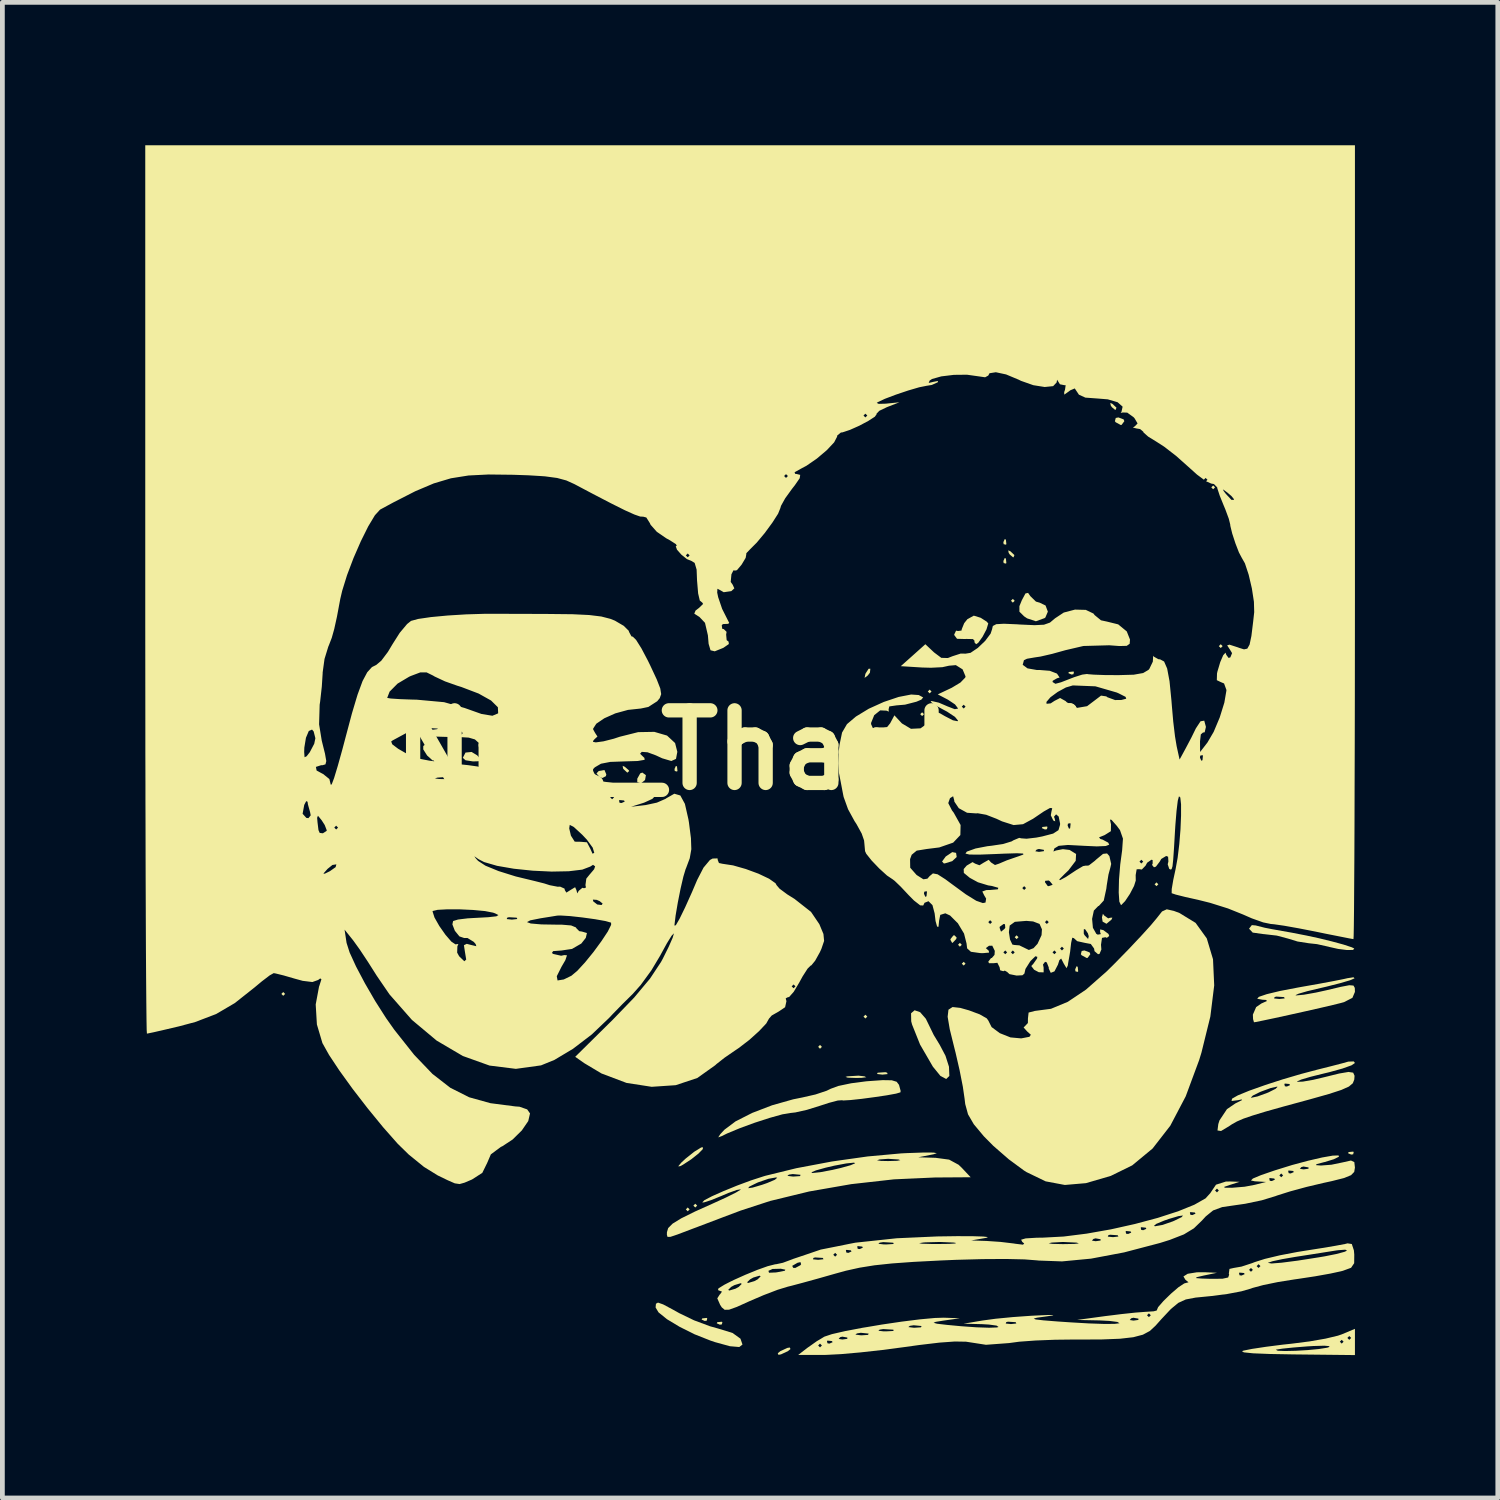
<source format=kicad_pcb>
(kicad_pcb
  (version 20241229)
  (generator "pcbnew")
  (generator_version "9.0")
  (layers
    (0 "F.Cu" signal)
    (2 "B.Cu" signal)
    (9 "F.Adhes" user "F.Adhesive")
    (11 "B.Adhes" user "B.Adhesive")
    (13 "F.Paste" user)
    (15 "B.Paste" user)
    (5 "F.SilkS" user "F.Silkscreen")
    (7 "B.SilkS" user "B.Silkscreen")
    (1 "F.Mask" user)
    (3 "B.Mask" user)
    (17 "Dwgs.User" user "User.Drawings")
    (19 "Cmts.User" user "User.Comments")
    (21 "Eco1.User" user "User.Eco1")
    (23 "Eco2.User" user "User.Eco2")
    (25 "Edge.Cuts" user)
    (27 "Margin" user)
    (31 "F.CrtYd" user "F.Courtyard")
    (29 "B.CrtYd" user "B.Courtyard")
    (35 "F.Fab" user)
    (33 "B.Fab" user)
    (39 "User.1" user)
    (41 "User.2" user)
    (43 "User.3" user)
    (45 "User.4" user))
  (footprint "Neil_Thanh_1"
    (layer "F.Cu")
    (at 12.7 12.7)
    (property "Reference" "Neil_Thanh_1" (at 0 0 0) (layer "F.SilkS") (effects (font (size 1.524 1.524) (thickness 0.3))))
    (attr board_only exclude_from_pos_files exclude_from_bom)
    (fp_poly (pts (xy -9.763 5.12) (xy -9.803 5.159) (xy -9.842 5.12) (xy -9.803 5.08)) (stroke (width 0) (type solid)) (fill yes) (layer "F.SilkS"))
    (fp_poly (pts (xy -7.064 -0.278) (xy -7.104 -0.238) (xy -7.144 -0.278) (xy -7.104 -0.318)) (stroke (width 0) (type solid)) (fill yes) (layer "F.SilkS"))
    (fp_poly (pts (xy -1.27 9.644) (xy -1.31 9.684) (xy -1.349 9.644) (xy -1.31 9.604)) (stroke (width 0) (type solid)) (fill yes) (layer "F.SilkS"))
    (fp_poly (pts (xy -1.111 9.565) (xy -1.151 9.604) (xy -1.191 9.565) (xy -1.151 9.525)) (stroke (width 0) (type solid)) (fill yes) (layer "F.SilkS"))
    (fp_poly (pts (xy 1.508 6.231) (xy 1.468 6.271) (xy 1.429 6.231) (xy 1.468 6.191)) (stroke (width 0) (type solid)) (fill yes) (layer "F.SilkS"))
    (fp_poly (pts (xy 2.461 5.596) (xy 2.421 5.636) (xy 2.381 5.596) (xy 2.421 5.556)) (stroke (width 0) (type solid)) (fill yes) (layer "F.SilkS"))
    (fp_poly (pts (xy 3.651 -0.754) (xy 3.612 -0.714) (xy 3.572 -0.754) (xy 3.612 -0.794)) (stroke (width 0) (type solid)) (fill yes) (layer "F.SilkS"))
    (fp_poly (pts (xy 3.81 -1.23) (xy 3.77 -1.191) (xy 3.731 -1.23) (xy 3.77 -1.27)) (stroke (width 0) (type solid)) (fill yes) (layer "F.SilkS"))
    (fp_poly (pts (xy 4.445 4.088) (xy 4.405 4.128) (xy 4.366 4.088) (xy 4.405 4.048)) (stroke (width 0) (type solid)) (fill yes) (layer "F.SilkS"))
    (fp_poly (pts (xy 4.524 4.485) (xy 4.485 4.524) (xy 4.445 4.485) (xy 4.485 4.445)) (stroke (width 0) (type solid)) (fill yes) (layer "F.SilkS"))
    (fp_poly (pts (xy 5.556 -3.135) (xy 5.517 -3.096) (xy 5.477 -3.135) (xy 5.517 -3.175)) (stroke (width 0) (type solid)) (fill yes) (layer "F.SilkS"))
    (fp_poly (pts (xy 5.636 3.929) (xy 5.596 3.969) (xy 5.556 3.929) (xy 5.596 3.889)) (stroke (width 0) (type solid)) (fill yes) (layer "F.SilkS"))
    (fp_poly (pts (xy 8.572 2.818) (xy 8.533 2.857) (xy 8.493 2.818) (xy 8.533 2.778)) (stroke (width 0) (type solid)) (fill yes) (layer "F.SilkS"))
    (fp_poly (pts (xy 9.763 -5.517) (xy 9.723 -5.477) (xy 9.684 -5.517) (xy 9.723 -5.556)) (stroke (width 0) (type solid)) (fill yes) (layer "F.SilkS"))
    (fp_poly (pts (xy 9.922 -2.183) (xy 9.882 -2.143) (xy 9.842 -2.183) (xy 9.882 -2.223)) (stroke (width 0) (type solid)) (fill yes) (layer "F.SilkS"))
    (fp_poly (pts (xy -1.535 0.344) (xy -1.525 0.438) (xy -1.535 0.45) (xy -1.582 0.439) (xy -1.587 0.397) (xy -1.558 0.332)) (stroke (width 0) (type solid)) (fill yes) (layer "F.SilkS"))
    (fp_poly (pts (xy -0.9 11.933) (xy -0.91 11.98) (xy -0.953 11.986) (xy -1.018 11.957) (xy -1.005 11.933) (xy -0.911 11.923)) (stroke (width 0) (type solid)) (fill yes) (layer "F.SilkS"))
    (fp_poly (pts (xy -0.582 12.012) (xy -0.593 12.059) (xy -0.635 12.065) (xy -0.7 12.036) (xy -0.688 12.012) (xy -0.594 12.003)) (stroke (width 0) (type solid)) (fill yes) (layer "F.SilkS"))
    (fp_poly (pts (xy 2.877 6.774) (xy 2.887 6.803) (xy 2.778 6.814) (xy 2.665 6.801) (xy 2.679 6.774) (xy 2.841 6.763)) (stroke (width 0) (type solid)) (fill yes) (layer "F.SilkS"))
    (fp_poly (pts (xy 5.371 -4.419) (xy 5.381 -4.324) (xy 5.371 -4.313) (xy 5.324 -4.324) (xy 5.318 -4.366) (xy 5.347 -4.431)) (stroke (width 0) (type solid)) (fill yes) (layer "F.SilkS"))
    (fp_poly (pts (xy 5.371 -4.022) (xy 5.381 -3.927) (xy 5.371 -3.916) (xy 5.324 -3.927) (xy 5.318 -3.969) (xy 5.347 -4.034)) (stroke (width 0) (type solid)) (fill yes) (layer "F.SilkS"))
    (fp_poly (pts (xy 6.244 1.614) (xy 6.233 1.661) (xy 6.191 1.667) (xy 6.126 1.638) (xy 6.138 1.614) (xy 6.233 1.604)) (stroke (width 0) (type solid)) (fill yes) (layer "F.SilkS"))
    (fp_poly (pts (xy 6.8 -1.64) (xy 6.789 -1.593) (xy 6.747 -1.587) (xy 6.682 -1.617) (xy 6.694 -1.64) (xy 6.788 -1.65)) (stroke (width 0) (type solid)) (fill yes) (layer "F.SilkS"))
    (fp_poly (pts (xy 6.879 4.551) (xy 6.889 4.645) (xy 6.879 4.657) (xy 6.832 4.646) (xy 6.826 4.604) (xy 6.855 4.538)) (stroke (width 0) (type solid)) (fill yes) (layer "F.SilkS"))
    (fp_poly (pts (xy 12.674 8.44) (xy 12.663 8.487) (xy 12.621 8.493) (xy 12.555 8.464) (xy 12.568 8.44) (xy 12.662 8.431)) (stroke (width 0) (type solid)) (fill yes) (layer "F.SilkS"))
    (fp_poly (pts (xy -3.019 0.51) (xy -3.028 0.548) (xy -3.106 0.587) (xy -3.164 0.563) (xy -3.226 0.489) (xy -3.178 0.439) (xy -3.058 0.418)) (stroke (width 0) (type solid)) (fill yes) (layer "F.SilkS"))
    (fp_poly (pts (xy -2.632 0.35) (xy -2.547 0.423) (xy -2.54 0.441) (xy -2.578 0.474) (xy -2.656 0.401) (xy -2.667 0.385) (xy -2.676 0.33)) (stroke (width 0) (type solid)) (fill yes) (layer "F.SilkS"))
    (fp_poly (pts (xy -2.188 0.527) (xy -2.206 0.629) (xy -2.29 0.697) (xy -2.369 0.674) (xy -2.369 0.6) (xy -2.306 0.488) (xy -2.262 0.472)) (stroke (width 0) (type solid)) (fill yes) (layer "F.SilkS"))
    (fp_poly (pts (xy 2.516 -1.625) (xy 2.47 -1.566) (xy 2.404 -1.516) (xy 2.42 -1.596) (xy 2.426 -1.611) (xy 2.489 -1.708) (xy 2.525 -1.709)) (stroke (width 0) (type solid)) (fill yes) (layer "F.SilkS"))
    (fp_poly (pts (xy 5.465 -4.175) (xy 5.55 -4.095) (xy 5.532 -4.049) (xy 5.521 -4.048) (xy 5.454 -4.105) (xy 5.43 -4.14) (xy 5.42 -4.194)) (stroke (width 0) (type solid)) (fill yes) (layer "F.SilkS"))
    (fp_poly (pts (xy 7.608 -7.27) (xy 7.693 -7.19) (xy 7.675 -7.145) (xy 7.664 -7.144) (xy 7.597 -7.2) (xy 7.573 -7.235) (xy 7.563 -7.29)) (stroke (width 0) (type solid)) (fill yes) (layer "F.SilkS"))
    (fp_poly (pts (xy -6.686 -0.083) (xy -6.648 0.04) (xy -6.626 0.2) (xy -6.665 0.219) (xy -6.782 0.113) (xy -6.863 -0.015) (xy -6.862 -0.086) (xy -6.768 -0.157)) (stroke (width 0) (type solid)) (fill yes) (layer "F.SilkS"))
    (fp_poly (pts (xy -5.73 0.11) (xy -5.653 0.202) (xy -5.701 0.234) (xy -5.817 0.238) (xy -5.974 0.214) (xy -6.032 0.163) (xy -5.976 0.052) (xy -5.848 0.039)) (stroke (width 0) (type solid)) (fill yes) (layer "F.SilkS"))
    (fp_poly (pts (xy 0.848 12.576) (xy 0.794 12.621) (xy 0.649 12.688) (xy 0.595 12.698) (xy 0.581 12.665) (xy 0.635 12.621) (xy 0.78 12.553) (xy 0.833 12.544)) (stroke (width 0) (type solid)) (fill yes) (layer "F.SilkS"))
    (fp_poly (pts (xy 2.401 6.85) (xy 2.439 6.869) (xy 2.339 6.882) (xy 2.223 6.884) (xy 2.051 6.878) (xy 2.004 6.862) (xy 2.044 6.85) (xy 2.275 6.836)) (stroke (width 0) (type solid)) (fill yes) (layer "F.SilkS"))
    (fp_poly (pts (xy 4.325 2.158) (xy 4.338 2.245) (xy 4.244 2.332) (xy 4.09 2.379) (xy 4.068 2.38) (xy 4.031 2.339) (xy 4.108 2.234) (xy 4.245 2.142)) (stroke (width 0) (type solid)) (fill yes) (layer "F.SilkS"))
    (fp_poly (pts (xy 4.338 3.938) (xy 4.326 3.969) (xy 4.255 4.044) (xy 4.242 4.048) (xy 4.208 3.987) (xy 4.207 3.969) (xy 4.268 3.892) (xy 4.291 3.889)) (stroke (width 0) (type solid)) (fill yes) (layer "F.SilkS"))
    (fp_poly (pts (xy 7.129 4.248) (xy 7.144 4.286) (xy 7.087 4.363) (xy 7.069 4.366) (xy 6.962 4.308) (xy 6.945 4.286) (xy 6.963 4.218) (xy 7.02 4.207)) (stroke (width 0) (type solid)) (fill yes) (layer "F.SilkS"))
    (fp_poly (pts (xy 7.843 -6.944) (xy 7.858 -6.906) (xy 7.801 -6.829) (xy 7.783 -6.826) (xy 7.676 -6.884) (xy 7.66 -6.906) (xy 7.678 -6.974) (xy 7.734 -6.985)) (stroke (width 0) (type solid)) (fill yes) (layer "F.SilkS"))
    (fp_poly (pts (xy 7.435 3.473) (xy 7.519 3.533) (xy 7.56 3.52) (xy 7.607 3.518) (xy 7.588 3.56) (xy 7.483 3.647) (xy 7.402 3.602) (xy 7.388 3.512) (xy 7.408 3.437)) (stroke (width 0) (type solid)) (fill yes) (layer "F.SilkS"))
    (fp_poly (pts (xy -0.991 8.376) (xy -1.083 8.471) (xy -1.234 8.591) (xy -1.408 8.705) (xy -1.468 8.737) (xy -1.51 8.74) (xy -1.443 8.66) (xy -1.352 8.576) (xy -1.171 8.432) (xy -1.031 8.346) (xy -0.995 8.336)) (stroke (width 0) (type solid)) (fill yes) (layer "F.SilkS"))
    (fp_poly (pts (xy 5.884 -3.233) (xy 6.002 -3.118) (xy 6.079 -3.096) (xy 6.204 -3.036) (xy 6.252 -2.907) (xy 6.2 -2.784) (xy 6.183 -2.771) (xy 6.001 -2.705) (xy 5.817 -2.766) (xy 5.753 -2.809) (xy 5.655 -2.906) (xy 5.655 -3.022) (xy 5.705 -3.145) (xy 5.782 -3.289) (xy 5.837 -3.301)) (stroke (width 0) (type solid)) (fill yes) (layer "F.SilkS"))
    (fp_poly (pts (xy 3.57 5.503) (xy 3.69 5.641) (xy 3.736 5.735) (xy 3.855 5.98) (xy 3.983 6.191) (xy 4.103 6.419) (xy 4.176 6.648) (xy 4.184 6.842) (xy 4.118 6.906) (xy 3.997 6.842) (xy 3.838 6.647) (xy 3.838 6.647) (xy 3.569 6.183) (xy 3.401 5.763) (xy 3.383 5.695) (xy 3.38 5.526) (xy 3.454 5.463)) (stroke (width 0) (type solid)) (fill yes) (layer "F.SilkS"))
    (fp_poly (pts (xy -1.826 11.639) (xy -1.625 11.746) (xy -1.487 11.823) (xy -1.177 11.973) (xy -0.842 12.098) (xy -0.677 12.144) (xy -0.368 12.239) (xy -0.202 12.359) (xy -0.16 12.482) (xy -0.227 12.534) (xy -0.424 12.517) (xy -0.737 12.431) (xy -0.834 12.398) (xy -1.167 12.266) (xy -1.481 12.109) (xy -1.745 11.95) (xy -1.923 11.806) (xy -1.984 11.704) (xy -1.977 11.625) (xy -1.934 11.601)) (stroke (width 0) (type solid)) (fill yes) (layer "F.SilkS"))
    (fp_poly (pts (xy 4.84 -2.779) (xy 4.966 -2.699) (xy 5.001 -2.66) (xy 4.964 -2.536) (xy 4.881 -2.379) (xy 4.791 -2.254) (xy 4.745 -2.223) (xy 4.707 -2.27) (xy 4.716 -2.291) (xy 4.68 -2.331) (xy 4.534 -2.334) (xy 4.522 -2.332) (xy 4.345 -2.337) (xy 4.287 -2.415) (xy 4.286 -2.427) (xy 4.325 -2.508) (xy 4.366 -2.5) (xy 4.439 -2.51) (xy 4.445 -2.541) (xy 4.496 -2.666) (xy 4.562 -2.748) (xy 4.697 -2.823)) (stroke (width 0) (type solid)) (fill yes) (layer "F.SilkS"))
    (fp_poly (pts (xy 10.616 3.682) (xy 10.806 3.73) (xy 10.954 3.759) (xy 11.37 3.833) (xy 11.683 3.894) (xy 11.947 3.951) (xy 12.216 4.017) (xy 12.216 4.017) (xy 12.459 4.083) (xy 12.632 4.14) (xy 12.686 4.166) (xy 12.661 4.196) (xy 12.531 4.198) (xy 12.348 4.175) (xy 12.161 4.133) (xy 12.144 4.128) (xy 11.902 4.074) (xy 11.733 4.056) (xy 11.495 4.019) (xy 11.296 3.958) (xy 11.059 3.895) (xy 10.789 3.864) (xy 10.775 3.863) (xy 10.553 3.832) (xy 10.477 3.75) (xy 10.477 3.749) (xy 10.535 3.675)) (stroke (width 0) (type solid)) (fill yes) (layer "F.SilkS"))
    (fp_poly (pts (xy 2.975 6.933) (xy 3.077 6.964) (xy 3.126 7.028) (xy 3.128 7.034) (xy 3.161 7.156) (xy 3.157 7.186) (xy 3.066 7.213) (xy 2.869 7.249) (xy 2.611 7.287) (xy 2.342 7.323) (xy 2.109 7.348) (xy 1.958 7.357) (xy 1.929 7.352) (xy 1.841 7.358) (xy 1.652 7.408) (xy 1.465 7.469) (xy 1.192 7.554) (xy 0.951 7.608) (xy 0.845 7.62) (xy 0.678 7.648) (xy 0.413 7.722) (xy 0.098 7.824) (xy -0.216 7.939) (xy -0.483 8.05) (xy -0.595 8.105) (xy -0.669 8.132) (xy -0.627 8.066) (xy -0.539 7.971) (xy -0.304 7.795) (xy 0.045 7.618) (xy 0.462 7.458) (xy 0.904 7.333) (xy 1.097 7.294) (xy 1.373 7.231) (xy 1.607 7.153) (xy 1.693 7.111) (xy 1.854 7.052) (xy 2.121 6.996) (xy 2.436 6.955) (xy 2.471 6.952) (xy 2.784 6.93)) (stroke (width 0) (type solid)) (fill yes) (layer "F.SilkS"))
    (fp_poly (pts (xy 12.7 12.703) (xy 11.41 12.689) (xy 10.912 12.68) (xy 10.563 12.666) (xy 10.368 12.646) (xy 10.328 12.622) (xy 10.358 12.61) (xy 10.446 12.592) (xy 11.04 12.592) (xy 11.08 12.612) (xy 11.235 12.618) (xy 11.459 12.613) (xy 11.71 12.598) (xy 11.942 12.576) (xy 12.113 12.549) (xy 12.144 12.541) (xy 12.17 12.516) (xy 12.057 12.506) (xy 11.822 12.513) (xy 11.708 12.52) (xy 11.408 12.544) (xy 11.175 12.568) (xy 11.05 12.588) (xy 11.04 12.592) (xy 10.446 12.592) (xy 10.541 12.573) (xy 10.833 12.529) (xy 11.184 12.484) (xy 11.371 12.464) (xy 11.699 12.422) (xy 12.383 12.422) (xy 12.422 12.462) (xy 12.462 12.422) (xy 12.422 12.383) (xy 12.383 12.422) (xy 11.699 12.422) (xy 11.741 12.417) (xy 12.081 12.358) (xy 12.144 12.343) (xy 12.541 12.343) (xy 12.581 12.383) (xy 12.621 12.343) (xy 12.581 12.303) (xy 12.541 12.343) (xy 12.144 12.343) (xy 12.341 12.296) (xy 12.423 12.268) (xy 12.7 12.152)) (stroke (width 0) (type solid)) (fill yes) (layer "F.SilkS"))
    (fp_poly (pts (xy 12.692 4.792) (xy 12.597 4.833) (xy 12.386 4.895) (xy 12.098 4.968) (xy 11.977 4.996) (xy 11.701 5.062) (xy 11.517 5.115) (xy 11.451 5.146) (xy 11.47 5.151) (xy 11.63 5.136) (xy 11.883 5.091) (xy 12.105 5.042) (xy 12.404 4.971) (xy 12.582 4.937) (xy 12.669 4.944) (xy 12.697 4.993) (xy 12.7 5.077) (xy 12.647 5.202) (xy 12.471 5.292) (xy 12.402 5.311) (xy 12.233 5.353) (xy 11.971 5.414) (xy 11.654 5.486) (xy 11.321 5.56) (xy 11.01 5.628) (xy 10.759 5.681) (xy 10.607 5.711) (xy 10.58 5.715) (xy 10.561 5.648) (xy 10.557 5.554) (xy 10.626 5.396) (xy 10.735 5.321) (xy 10.855 5.267) (xy 10.83 5.246) (xy 10.755 5.241) (xy 10.648 5.221) (xy 10.653 5.215) (xy 11.003 5.215) (xy 11.113 5.226) (xy 11.225 5.214) (xy 11.212 5.186) (xy 11.049 5.176) (xy 11.013 5.186) (xy 11.003 5.215) (xy 10.653 5.215) (xy 10.683 5.181) (xy 10.847 5.125) (xy 11.126 5.058) (xy 11.506 4.985) (xy 11.589 4.97) (xy 11.94 4.908) (xy 12.251 4.85) (xy 12.476 4.805) (xy 12.541 4.79) (xy 12.67 4.77)) (stroke (width 0) (type solid)) (fill yes) (layer "F.SilkS"))
    (fp_poly (pts (xy 8.899 3.377) (xy 9.014 3.42) (xy 9.354 3.628) (xy 9.589 3.954) (xy 9.72 4.392) (xy 9.745 4.94) (xy 9.664 5.595) (xy 9.477 6.353) (xy 9.429 6.509) (xy 9.147 7.27) (xy 8.823 7.887) (xy 8.451 8.366) (xy 8.023 8.72) (xy 7.573 8.941) (xy 7.052 9.093) (xy 6.609 9.131) (xy 6.205 9.055) (xy 5.804 8.861) (xy 5.747 8.825) (xy 5.431 8.592) (xy 5.106 8.309) (xy 4.909 8.11) (xy 4.697 7.856) (xy 4.576 7.648) (xy 4.517 7.432) (xy 4.504 7.322) (xy 4.467 7.067) (xy 4.399 6.722) (xy 4.314 6.352) (xy 4.289 6.253) (xy 4.192 5.86) (xy 4.148 5.599) (xy 4.165 5.451) (xy 4.251 5.395) (xy 4.413 5.413) (xy 4.597 5.465) (xy 4.822 5.549) (xy 4.969 5.633) (xy 5.001 5.677) (xy 5.071 5.816) (xy 5.244 5.944) (xy 5.468 6.033) (xy 5.689 6.053) (xy 5.699 6.052) (xy 5.866 6.02) (xy 5.895 5.977) (xy 5.817 5.907) (xy 5.743 5.824) (xy 5.77 5.797) (xy 5.833 5.731) (xy 5.834 5.636) (xy 5.848 5.511) (xy 5.978 5.477) (xy 6.318 5.432) (xy 6.67 5.286) (xy 7.053 5.029) (xy 7.486 4.648) (xy 7.659 4.477) (xy 7.948 4.181) (xy 8.209 3.904) (xy 8.415 3.677) (xy 8.537 3.531) (xy 8.539 3.528) (xy 8.65 3.388) (xy 8.749 3.343)) (stroke (width 0) (type solid)) (fill yes) (layer "F.SilkS"))
    (fp_poly (pts (xy 12.7 6.57) (xy 12.628 6.619) (xy 12.437 6.687) (xy 12.162 6.763) (xy 12.053 6.789) (xy 11.771 6.859) (xy 11.571 6.918) (xy 11.486 6.957) (xy 11.49 6.965) (xy 11.606 6.961) (xy 11.825 6.923) (xy 12.049 6.87) (xy 12.369 6.791) (xy 12.565 6.758) (xy 12.663 6.773) (xy 12.692 6.838) (xy 12.686 6.918) (xy 12.655 6.996) (xy 12.573 7.065) (xy 12.414 7.136) (xy 12.153 7.221) (xy 11.766 7.33) (xy 11.708 7.346) (xy 11.201 7.484) (xy 10.823 7.59) (xy 10.551 7.673) (xy 10.358 7.739) (xy 10.222 7.798) (xy 10.117 7.857) (xy 10.065 7.892) (xy 9.889 7.998) (xy 9.814 7.987) (xy 9.831 7.853) (xy 9.856 7.775) (xy 10.013 7.539) (xy 10.189 7.419) (xy 10.327 7.35) (xy 10.323 7.335) (xy 10.239 7.352) (xy 10.109 7.368) (xy 10.12 7.319) (xy 10.16 7.296) (xy 10.515 7.296) (xy 10.528 7.299) (xy 10.656 7.272) (xy 10.853 7.2) (xy 10.885 7.187) (xy 11.034 7.112) (xy 11.075 7.071) (xy 11.062 7.067) (xy 10.934 7.095) (xy 10.737 7.167) (xy 10.705 7.18) (xy 10.556 7.254) (xy 10.515 7.296) (xy 10.16 7.296) (xy 10.241 7.25) (xy 10.48 7.152) (xy 10.804 7.037) (xy 10.882 7.011) (xy 11.218 7.011) (xy 11.229 7.059) (xy 11.271 7.064) (xy 11.337 7.035) (xy 11.324 7.011) (xy 11.23 7.002) (xy 11.218 7.011) (xy 10.882 7.011) (xy 11.179 6.915) (xy 11.57 6.8) (xy 11.906 6.711) (xy 12.193 6.639) (xy 12.432 6.577) (xy 12.561 6.541) (xy 12.676 6.537)) (stroke (width 0) (type solid)) (fill yes) (layer "F.SilkS"))
    (fp_poly (pts (xy 3.852 8.451) (xy 3.921 8.464) (xy 3.85 8.487) (xy 3.532 8.55) (xy 3.895 8.561) (xy 4.179 8.599) (xy 4.378 8.707) (xy 4.445 8.771) (xy 4.631 8.969) (xy 3.883 8.974) (xy 3.021 9.013) (xy 2.123 9.114) (xy 1.24 9.268) (xy 0.421 9.467) (xy -0.198 9.669) (xy -0.562 9.806) (xy -0.933 9.947) (xy -1.238 10.062) (xy -1.269 10.074) (xy -1.528 10.172) (xy -1.671 10.22) (xy -1.733 10.222) (xy -1.747 10.179) (xy -1.746 10.122) (xy -1.72 10.036) (xy -1.627 9.943) (xy -1.446 9.832) (xy -1.157 9.689) (xy -0.779 9.519) (xy -0.505 9.394) (xy -0.302 9.293) (xy -0.201 9.232) (xy -0.197 9.223) (xy -0.279 9.236) (xy -0.458 9.3) (xy -0.601 9.361) (xy -0.818 9.449) (xy -0.968 9.497) (xy -1.006 9.498) (xy -0.96 9.451) (xy -0.799 9.367) (xy -0.558 9.26) (xy -0.408 9.199) (xy -0.041 9.199) (xy 0.054 9.186) (xy 0.254 9.127) (xy 0.357 9.091) (xy 0.52 9.022) (xy 0.569 8.98) (xy 0.545 8.973) (xy 0.387 9.001) (xy 0.174 9.074) (xy 0.148 9.085) (xy -0.015 9.165) (xy -0.041 9.199) (xy -0.408 9.199) (xy -0.274 9.144) (xy 0.02 9.035) (xy 0.288 8.948) (xy 0.316 8.94) (xy 0.783 8.94) (xy 0.888 8.953) (xy 0.913 8.954) (xy 1.048 8.945) (xy 1.06 8.92) (xy 1.053 8.917) (xy 0.896 8.902) (xy 0.815 8.914) (xy 0.783 8.94) (xy 0.316 8.94) (xy 0.318 8.939) (xy 0.616 8.866) (xy 1.286 8.866) (xy 1.31 8.88) (xy 1.474 8.863) (xy 1.724 8.816) (xy 1.905 8.774) (xy 2.11 8.717) (xy 2.206 8.676) (xy 2.183 8.662) (xy 2.019 8.679) (xy 1.768 8.726) (xy 1.587 8.768) (xy 1.383 8.825) (xy 1.286 8.866) (xy 0.616 8.866) (xy 0.972 8.779) (xy 1.714 8.639) (xy 1.895 8.613) (xy 2.665 8.613) (xy 2.75 8.626) (xy 2.897 8.629) (xy 3.085 8.624) (xy 3.154 8.61) (xy 3.117 8.596) (xy 2.899 8.582) (xy 2.72 8.595) (xy 2.665 8.613) (xy 1.895 8.613) (xy 2.471 8.532) (xy 3.174 8.468) (xy 3.294 8.462) (xy 3.64 8.45)) (stroke (width 0) (type solid)) (fill yes) (layer "F.SilkS"))
    (fp_poly (pts (xy 12.634 10.371) (xy 12.678 10.504) (xy 12.686 10.593) (xy 12.684 10.774) (xy 12.619 10.87) (xy 12.447 10.933) (xy 12.405 10.944) (xy 12.183 10.992) (xy 11.864 11.049) (xy 11.509 11.103) (xy 11.43 11.114) (xy 11.086 11.169) (xy 10.775 11.233) (xy 10.551 11.293) (xy 10.514 11.307) (xy 10.317 11.364) (xy 10.021 11.42) (xy 9.687 11.463) (xy 9.649 11.467) (xy 9.354 11.496) (xy 9.149 11.535) (xy 8.991 11.607) (xy 8.835 11.736) (xy 8.638 11.946) (xy 8.513 12.086) (xy 8.395 12.196) (xy 8.248 12.275) (xy 8.046 12.328) (xy 7.766 12.36) (xy 7.379 12.375) (xy 6.861 12.377) (xy 6.826 12.376) (xy 6.401 12.381) (xy 5.994 12.397) (xy 5.652 12.422) (xy 5.437 12.451) (xy 4.953 12.487) (xy 4.715 12.45) (xy 4.534 12.422) (xy 4.298 12.418) (xy 3.979 12.441) (xy 3.549 12.492) (xy 3.24 12.535) (xy 2.776 12.596) (xy 2.316 12.647) (xy 1.908 12.683) (xy 1.599 12.699) (xy 1.55 12.7) (xy 1.01 12.7) (xy 1.2 12.553) (xy 1.273 12.502) (xy 1.429 12.502) (xy 1.468 12.541) (xy 1.508 12.502) (xy 1.468 12.462) (xy 1.429 12.502) (xy 1.273 12.502) (xy 1.401 12.411) (xy 1.405 12.409) (xy 1.614 12.409) (xy 1.625 12.456) (xy 1.667 12.462) (xy 1.732 12.433) (xy 1.72 12.409) (xy 1.626 12.399) (xy 1.614 12.409) (xy 1.405 12.409) (xy 1.481 12.364) (xy 1.86 12.364) (xy 1.938 12.376) (xy 2.041 12.362) (xy 2.042 12.335) (xy 1.936 12.316) (xy 1.89 12.328) (xy 1.86 12.364) (xy 1.481 12.364) (xy 1.56 12.316) (xy 1.689 12.273) (xy 2.211 12.273) (xy 2.317 12.287) (xy 2.342 12.288) (xy 2.477 12.279) (xy 2.489 12.254) (xy 2.482 12.251) (xy 2.324 12.235) (xy 2.244 12.248) (xy 2.211 12.273) (xy 1.689 12.273) (xy 1.719 12.263) (xy 1.998 12.199) (xy 2.037 12.192) (xy 2.694 12.192) (xy 2.804 12.205) (xy 2.857 12.205) (xy 3.002 12.197) (xy 3.019 12.176) (xy 2.996 12.169) (xy 2.795 12.157) (xy 2.719 12.169) (xy 2.694 12.192) (xy 2.037 12.192) (xy 2.36 12.13) (xy 2.454 12.115) (xy 3.323 12.115) (xy 3.428 12.128) (xy 3.453 12.129) (xy 3.588 12.12) (xy 3.6 12.095) (xy 3.593 12.092) (xy 3.436 12.077) (xy 3.355 12.089) (xy 3.323 12.115) (xy 2.454 12.115) (xy 2.767 12.062) (xy 3.181 12.001) (xy 3.564 11.953) (xy 3.879 11.924) (xy 4.067 11.918) (xy 4.405 11.93) (xy 4.048 11.981) (xy 3.898 12.005) (xy 3.853 12.025) (xy 3.926 12.045) (xy 4.132 12.069) (xy 4.43 12.097) (xy 4.756 12.12) (xy 5.02 12.129) (xy 5.184 12.123) (xy 5.217 12.113) (xy 5.175 12.084) (xy 5.014 12.062) (xy 4.875 12.054) (xy 4.485 12.044) (xy 4.499 12.041) (xy 5.368 12.041) (xy 5.477 12.052) (xy 5.59 12.04) (xy 5.576 12.012) (xy 5.414 12.002) (xy 5.378 12.012) (xy 5.368 12.041) (xy 4.499 12.041) (xy 4.882 11.977) (xy 5.156 11.94) (xy 5.518 11.905) (xy 5.896 11.878) (xy 5.953 11.875) (xy 6.238 11.862) (xy 6.368 11.862) (xy 6.344 11.873) (xy 6.191 11.895) (xy 6.024 11.918) (xy 5.955 11.937) (xy 5.996 11.955) (xy 6.161 11.974) (xy 6.462 11.998) (xy 6.731 12.016) (xy 7.109 12.038) (xy 7.427 12.049) (xy 7.653 12.048) (xy 7.755 12.035) (xy 7.756 12.034) (xy 7.712 12.007) (xy 7.546 11.986) (xy 7.336 11.975) (xy 6.94 11.967) (xy 7.972 11.967) (xy 8.05 11.979) (xy 8.153 11.965) (xy 8.154 11.938) (xy 8.048 11.919) (xy 8.002 11.931) (xy 7.972 11.967) (xy 6.94 11.967) (xy 6.866 11.965) (xy 7.461 11.884) (xy 7.601 11.867) (xy 8.334 11.867) (xy 8.374 11.906) (xy 8.414 11.867) (xy 8.374 11.827) (xy 8.334 11.867) (xy 7.601 11.867) (xy 7.791 11.843) (xy 8.092 11.811) (xy 8.302 11.795) (xy 8.308 11.795) (xy 8.474 11.784) (xy 8.539 11.767) (xy 8.538 11.766) (xy 8.567 11.697) (xy 8.68 11.567) (xy 8.836 11.415) (xy 8.994 11.279) (xy 9.115 11.199) (xy 9.143 11.191) (xy 9.206 11.175) (xy 9.141 11.122) (xy 9.099 11.052) (xy 9.188 10.996) (xy 9.38 10.965) (xy 9.551 10.964) (xy 9.803 10.975) (xy 9.525 11.033) (xy 9.38 11.067) (xy 9.36 11.086) (xy 9.476 11.096) (xy 9.672 11.102) (xy 9.919 11.1) (xy 10.038 11.074) (xy 10.059 11.015) (xy 10.052 10.993) (xy 10.054 10.98) (xy 10.266 10.98) (xy 10.277 11.027) (xy 10.319 11.033) (xy 10.384 11.004) (xy 10.372 10.98) (xy 10.277 10.971) (xy 10.266 10.98) (xy 10.054 10.98) (xy 10.063 10.914) (xy 10.477 10.914) (xy 10.517 10.954) (xy 10.557 10.914) (xy 10.517 10.874) (xy 10.477 10.914) (xy 10.063 10.914) (xy 10.065 10.894) (xy 10.153 10.874) (xy 10.319 10.845) (xy 10.349 10.835) (xy 10.636 10.835) (xy 10.676 10.874) (xy 10.716 10.835) (xy 10.676 10.795) (xy 10.636 10.835) (xy 10.349 10.835) (xy 10.545 10.771) (xy 10.554 10.767) (xy 10.874 10.767) (xy 10.949 10.78) (xy 11.163 10.763) (xy 11.498 10.72) (xy 11.938 10.651) (xy 12.058 10.631) (xy 12.304 10.582) (xy 12.481 10.535) (xy 12.534 10.51) (xy 12.498 10.49) (xy 12.349 10.501) (xy 12.303 10.507) (xy 12.082 10.542) (xy 11.772 10.591) (xy 11.45 10.641) (xy 11.172 10.689) (xy 10.968 10.733) (xy 10.876 10.764) (xy 10.874 10.767) (xy 10.554 10.767) (xy 10.598 10.75) (xy 10.81 10.683) (xy 11.125 10.608) (xy 11.491 10.538) (xy 11.659 10.511) (xy 12.001 10.457) (xy 12.292 10.408) (xy 12.49 10.371) (xy 12.545 10.357)) (stroke (width 0) (type solid)) (fill yes) (layer "F.SilkS"))
    (fp_poly (pts (xy 12.364 8.538) (xy 12.256 8.591) (xy 12.067 8.649) (xy 12.049 8.653) (xy 11.893 8.694) (xy 11.884 8.715) (xy 11.986 8.723) (xy 12.207 8.706) (xy 12.443 8.657) (xy 12.617 8.618) (xy 12.687 8.651) (xy 12.7 8.765) (xy 12.685 8.857) (xy 12.619 8.925) (xy 12.473 8.985) (xy 12.215 9.05) (xy 12.045 9.087) (xy 11.685 9.172) (xy 11.336 9.267) (xy 11.064 9.353) (xy 11.033 9.365) (xy 10.744 9.453) (xy 10.395 9.526) (xy 10.2 9.554) (xy 9.912 9.596) (xy 9.722 9.666) (xy 9.568 9.791) (xy 9.485 9.881) (xy 9.318 10.042) (xy 9.109 10.169) (xy 8.811 10.285) (xy 8.607 10.349) (xy 7.853 10.547) (xy 7.159 10.678) (xy 6.55 10.736) (xy 6.053 10.718) (xy 6.032 10.715) (xy 5.764 10.694) (xy 5.369 10.685) (xy 4.879 10.688) (xy 4.325 10.703) (xy 4.016 10.716) (xy 3.434 10.746) (xy 2.978 10.779) (xy 2.611 10.818) (xy 2.3 10.868) (xy 2.011 10.932) (xy 1.786 10.994) (xy 1.434 11.094) (xy 1.108 11.184) (xy 0.86 11.25) (xy 0.794 11.266) (xy 0.578 11.332) (xy 0.285 11.444) (xy -0.007 11.569) (xy -0.277 11.691) (xy -0.441 11.75) (xy -0.534 11.752) (xy -0.594 11.702) (xy -0.629 11.648) (xy -0.689 11.512) (xy -0.638 11.432) (xy -0.631 11.427) (xy -0.59 11.371) (xy -0.674 11.339) (xy -0.673 11.334) (xy -0.46 11.334) (xy -0.437 11.348) (xy -0.306 11.309) (xy -0.238 11.271) (xy -0.175 11.208) (xy -0.198 11.194) (xy -0.329 11.234) (xy -0.397 11.271) (xy -0.46 11.334) (xy -0.673 11.334) (xy -0.664 11.302) (xy -0.54 11.226) (xy -0.441 11.175) (xy -0.064 11.175) (xy -0.04 11.189) (xy 0.091 11.15) (xy 0.159 11.113) (xy 0.222 11.05) (xy 0.198 11.036) (xy 0.068 11.075) (xy 0 11.113) (xy -0.064 11.175) (xy -0.441 11.175) (xy -0.34 11.125) (xy -0.097 11.016) (xy 0.104 10.934) (xy 0.385 10.934) (xy 0.397 10.974) (xy 0.541 10.968) (xy 0.573 10.963) (xy 0.73 10.932) (xy 0.74 10.91) (xy 0.646 10.89) (xy 0.471 10.895) (xy 0.385 10.934) (xy 0.104 10.934) (xy 0.152 10.914) (xy 0.371 10.836) (xy 0.399 10.829) (xy 0.885 10.829) (xy 0.903 10.87) (xy 0.948 10.874) (xy 1.055 10.817) (xy 1.071 10.796) (xy 1.058 10.751) (xy 0.996 10.765) (xy 0.885 10.829) (xy 0.399 10.829) (xy 0.525 10.797) (xy 0.549 10.795) (xy 0.688 10.765) (xy 0.885 10.692) (xy 1.32 10.692) (xy 1.429 10.703) (xy 1.541 10.691) (xy 1.528 10.663) (xy 1.365 10.653) (xy 1.33 10.663) (xy 1.32 10.692) (xy 0.885 10.692) (xy 0.886 10.692) (xy 0.901 10.685) (xy 1.163 10.597) (xy 1.746 10.597) (xy 1.786 10.636) (xy 1.826 10.597) (xy 1.786 10.557) (xy 1.746 10.597) (xy 1.163 10.597) (xy 1.436 10.504) (xy 2.011 10.504) (xy 2.022 10.551) (xy 2.064 10.557) (xy 2.129 10.528) (xy 2.117 10.504) (xy 2.022 10.494) (xy 2.011 10.504) (xy 1.436 10.504) (xy 1.483 10.488) (xy 1.801 10.425) (xy 2.249 10.425) (xy 2.26 10.472) (xy 2.302 10.477) (xy 2.367 10.448) (xy 2.355 10.425) (xy 2.261 10.415) (xy 2.249 10.425) (xy 1.801 10.425) (xy 2.092 10.366) (xy 2.694 10.366) (xy 2.804 10.379) (xy 2.857 10.38) (xy 3.002 10.371) (xy 3.017 10.353) (xy 3.549 10.353) (xy 3.609 10.364) (xy 3.798 10.37) (xy 3.929 10.371) (xy 4.18 10.368) (xy 4.315 10.359) (xy 4.316 10.347) (xy 4.269 10.34) (xy 3.987 10.328) (xy 3.679 10.336) (xy 3.634 10.34) (xy 3.549 10.353) (xy 3.017 10.353) (xy 3.019 10.351) (xy 2.996 10.343) (xy 2.795 10.331) (xy 2.719 10.343) (xy 2.694 10.366) (xy 2.092 10.366) (xy 2.211 10.343) (xy 3.08 10.25) (xy 3.929 10.212) (xy 4.344 10.206) (xy 4.673 10.207) (xy 4.895 10.214) (xy 4.994 10.225) (xy 4.961 10.241) (xy 4.643 10.296) (xy 4.971 10.307) (xy 5.26 10.327) (xy 5.537 10.36) (xy 5.566 10.365) (xy 5.73 10.385) (xy 5.755 10.361) (xy 5.75 10.356) (xy 6.27 10.356) (xy 6.351 10.368) (xy 6.555 10.373) (xy 6.588 10.373) (xy 6.806 10.369) (xy 6.903 10.358) (xy 6.862 10.343) (xy 6.846 10.341) (xy 6.568 10.328) (xy 6.33 10.341) (xy 6.27 10.356) (xy 5.75 10.356) (xy 5.715 10.327) (xy 5.701 10.3) (xy 7.178 10.3) (xy 7.256 10.312) (xy 7.359 10.298) (xy 7.36 10.271) (xy 7.254 10.252) (xy 7.208 10.265) (xy 7.178 10.3) (xy 5.701 10.3) (xy 5.69 10.281) (xy 5.785 10.253) (xy 6.014 10.239) (xy 6.152 10.237) (xy 6.545 10.216) (xy 7.511 10.216) (xy 7.62 10.227) (xy 7.733 10.214) (xy 7.719 10.187) (xy 7.557 10.176) (xy 7.521 10.187) (xy 7.511 10.216) (xy 6.545 10.216) (xy 6.584 10.214) (xy 7.067 10.153) (xy 7.327 10.107) (xy 7.885 10.107) (xy 7.895 10.154) (xy 7.938 10.16) (xy 8.003 10.131) (xy 7.99 10.107) (xy 7.896 10.098) (xy 7.885 10.107) (xy 7.327 10.107) (xy 7.576 10.063) (xy 7.734 10.028) (xy 8.202 10.028) (xy 8.213 10.075) (xy 8.255 10.081) (xy 8.32 10.052) (xy 8.308 10.028) (xy 8.214 10.018) (xy 8.202 10.028) (xy 7.734 10.028) (xy 7.899 9.991) (xy 8.479 9.991) (xy 8.504 9.998) (xy 8.661 9.97) (xy 8.875 9.896) (xy 8.901 9.885) (xy 9.063 9.806) (xy 9.089 9.772) (xy 8.995 9.785) (xy 8.795 9.844) (xy 8.692 9.88) (xy 8.529 9.948) (xy 8.479 9.991) (xy 7.899 9.991) (xy 8.082 9.95) (xy 8.561 9.822) (xy 8.906 9.71) (xy 9.234 9.71) (xy 9.245 9.757) (xy 9.287 9.763) (xy 9.352 9.734) (xy 9.34 9.71) (xy 9.246 9.701) (xy 9.234 9.71) (xy 8.906 9.71) (xy 8.985 9.685) (xy 9.328 9.546) (xy 9.563 9.413) (xy 9.662 9.304) (xy 9.7 9.247) (xy 9.763 9.247) (xy 9.803 9.287) (xy 9.842 9.247) (xy 9.803 9.207) (xy 9.763 9.247) (xy 9.7 9.247) (xy 9.783 9.125) (xy 9.992 9.059) (xy 10.081 9.058) (xy 10.279 9.065) (xy 10.081 9.128) (xy 9.953 9.172) (xy 9.967 9.189) (xy 10.12 9.19) (xy 10.384 9.168) (xy 10.597 9.128) (xy 10.835 9.068) (xy 10.597 9.054) (xy 10.517 9.037) (xy 10.557 8.996) (xy 10.901 8.996) (xy 10.912 9.043) (xy 10.954 9.049) (xy 11.019 9.02) (xy 11.007 8.996) (xy 10.912 8.986) (xy 10.901 8.996) (xy 10.557 8.996) (xy 10.557 8.996) (xy 10.715 8.93) (xy 11.113 8.93) (xy 11.152 8.969) (xy 11.192 8.93) (xy 11.152 8.89) (xy 11.113 8.93) (xy 10.715 8.93) (xy 10.727 8.925) (xy 10.982 8.837) (xy 11.298 8.837) (xy 11.309 8.884) (xy 11.351 8.89) (xy 11.416 8.861) (xy 11.404 8.837) (xy 11.309 8.828) (xy 11.298 8.837) (xy 10.982 8.837) (xy 11.033 8.82) (xy 11.124 8.792) (xy 11.544 8.792) (xy 11.622 8.804) (xy 11.725 8.79) (xy 11.726 8.763) (xy 11.62 8.744) (xy 11.574 8.756) (xy 11.544 8.792) (xy 11.124 8.792) (xy 11.382 8.712) (xy 11.718 8.622) (xy 12.011 8.554) (xy 12.234 8.515) (xy 12.357 8.511)) (stroke (width 0) (type solid)) (fill yes) (layer "F.SilkS"))
    (fp_poly (pts (xy 12.7 -4.366) (xy 12.7 -3.23) (xy 12.699 -2.14) (xy 12.698 -1.106) (xy 12.696 -0.138) (xy 12.693 0.753) (xy 12.691 1.556) (xy 12.688 2.262) (xy 12.684 2.861) (xy 12.681 3.341) (xy 12.677 3.692) (xy 12.673 3.905) (xy 12.669 3.969) (xy 12.583 3.954) (xy 12.377 3.913) (xy 12.084 3.855) (xy 11.867 3.81) (xy 11.519 3.742) (xy 11.216 3.688) (xy 11.001 3.657) (xy 10.933 3.651) (xy 10.774 3.618) (xy 10.535 3.533) (xy 10.35 3.452) (xy 10.034 3.325) (xy 9.658 3.207) (xy 9.406 3.144) (xy 9.137 3.084) (xy 8.938 3.034) (xy 8.852 3.005) (xy 8.853 2.918) (xy 8.886 2.723) (xy 8.934 2.5) (xy 8.977 2.263) (xy 9.012 1.973) (xy 9.037 1.665) (xy 9.049 1.376) (xy 9.049 1.14) (xy 9.033 0.995) (xy 9.005 0.97) (xy 8.98 1.064) (xy 8.954 1.277) (xy 8.93 1.569) (xy 8.923 1.678) (xy 8.901 2.056) (xy 8.884 2.301) (xy 8.869 2.441) (xy 8.85 2.501) (xy 8.826 2.508) (xy 8.801 2.494) (xy 8.769 2.398) (xy 8.783 2.339) (xy 8.777 2.239) (xy 8.737 2.223) (xy 8.633 2.286) (xy 8.601 2.342) (xy 8.521 2.447) (xy 8.48 2.461) (xy 8.44 2.411) (xy 8.453 2.381) (xy 8.452 2.308) (xy 8.427 2.302) (xy 8.337 2.365) (xy 8.304 2.426) (xy 8.225 2.508) (xy 8.176 2.501) (xy 8.117 2.502) (xy 8.096 2.624) (xy 8.098 2.739) (xy 8.062 2.853) (xy 7.976 3.018) (xy 7.874 3.171) (xy 7.795 3.252) (xy 7.787 3.254) (xy 7.753 3.182) (xy 7.74 2.991) (xy 7.746 2.718) (xy 7.772 2.402) (xy 7.78 2.342) (xy 8.176 2.342) (xy 8.215 2.381) (xy 8.255 2.342) (xy 8.215 2.302) (xy 8.176 2.342) (xy 7.78 2.342) (xy 7.812 2.103) (xy 7.829 1.859) (xy 7.767 1.681) (xy 7.697 1.587) (xy 7.588 1.464) (xy 7.556 1.459) (xy 7.578 1.558) (xy 7.575 1.703) (xy 7.444 1.785) (xy 7.327 1.832) (xy 7.355 1.866) (xy 7.402 1.88) (xy 7.519 1.943) (xy 7.541 1.986) (xy 7.468 2.014) (xy 7.279 2.022) (xy 7.012 2.01) (xy 6.996 2.009) (xy 6.674 1.992) (xy 6.48 2.01) (xy 6.39 2.064) (xy 6.389 2.065) (xy 6.369 2.13) (xy 6.422 2.108) (xy 6.568 2.08) (xy 6.709 2.097) (xy 6.845 2.181) (xy 6.837 2.325) (xy 6.685 2.525) (xy 6.598 2.608) (xy 6.492 2.715) (xy 6.506 2.732) (xy 6.632 2.664) (xy 6.846 2.522) (xy 6.991 2.436) (xy 7.063 2.423) (xy 7.064 2.429) (xy 7.114 2.421) (xy 7.236 2.327) (xy 7.267 2.298) (xy 7.411 2.179) (xy 7.495 2.17) (xy 7.544 2.225) (xy 7.582 2.39) (xy 7.566 2.461) (xy 7.525 2.613) (xy 7.488 2.843) (xy 7.48 2.91) (xy 7.426 3.159) (xy 7.324 3.271) (xy 7.309 3.276) (xy 7.218 3.37) (xy 7.181 3.544) (xy 7.198 3.731) (xy 7.27 3.859) (xy 7.3 3.875) (xy 7.364 3.864) (xy 7.349 3.821) (xy 7.35 3.765) (xy 7.417 3.78) (xy 7.525 3.86) (xy 7.541 3.903) (xy 7.491 3.942) (xy 7.461 3.929) (xy 7.389 3.943) (xy 7.368 4.088) (xy 7.376 4.187) (xy 7.337 4.279) (xy 7.306 4.286) (xy 7.232 4.222) (xy 7.223 4.167) (xy 7.154 4.071) (xy 7.031 4.048) (xy 6.868 4.012) (xy 6.799 3.949) (xy 6.765 3.939) (xy 6.741 4.048) (xy 6.72 4.232) (xy 6.704 4.326) (xy 6.678 4.474) (xy 6.671 4.524) (xy 6.644 4.579) (xy 6.587 4.485) (xy 6.532 4.377) (xy 6.494 4.411) (xy 6.464 4.505) (xy 6.391 4.646) (xy 6.313 4.677) (xy 6.271 4.587) (xy 6.271 4.564) (xy 6.229 4.458) (xy 6.194 4.445) (xy 6.15 4.503) (xy 6.163 4.564) (xy 6.164 4.667) (xy 6.062 4.664) (xy 5.964 4.612) (xy 5.904 4.534) (xy 5.945 4.49) (xy 6.026 4.375) (xy 6.031 4.341) (xy 5.99 4.329) (xy 5.892 4.425) (xy 5.878 4.443) (xy 5.782 4.595) (xy 5.76 4.691) (xy 5.76 4.692) (xy 5.719 4.728) (xy 5.595 4.734) (xy 5.446 4.704) (xy 5.398 4.659) (xy 5.348 4.63) (xy 5.318 4.643) (xy 5.251 4.624) (xy 5.239 4.56) (xy 5.192 4.466) (xy 5.12 4.474) (xy 5.017 4.475) (xy 5.001 4.443) (xy 5.059 4.367) (xy 5.075 4.366) (xy 5.132 4.3) (xy 5.136 4.247) (xy 5.318 4.247) (xy 5.358 4.286) (xy 5.397 4.247) (xy 5.477 4.247) (xy 5.517 4.286) (xy 5.556 4.247) (xy 6.35 4.247) (xy 6.39 4.286) (xy 6.429 4.247) (xy 6.39 4.207) (xy 6.35 4.247) (xy 5.556 4.247) (xy 5.517 4.207) (xy 5.477 4.247) (xy 5.397 4.247) (xy 5.358 4.207) (xy 5.318 4.247) (xy 5.136 4.247) (xy 5.138 4.216) (xy 5.085 4.107) (xy 5.017 4.108) (xy 4.95 4.158) (xy 5.011 4.213) (xy 5.018 4.252) (xy 4.886 4.264) (xy 4.83 4.262) (xy 4.637 4.235) (xy 4.557 4.163) (xy 4.545 4.061) (xy 4.492 3.852) (xy 4.475 3.824) (xy 5.434 3.824) (xy 5.458 3.978) (xy 5.507 4.083) (xy 5.549 4.092) (xy 5.654 4.1) (xy 5.719 4.132) (xy 5.853 4.197) (xy 5.931 4.167) (xy 6.509 4.167) (xy 6.548 4.207) (xy 6.588 4.167) (xy 6.548 4.128) (xy 6.509 4.167) (xy 5.931 4.167) (xy 5.951 4.159) (xy 6.035 4.068) (xy 6.12 3.885) (xy 6.122 3.852) (xy 7.006 3.852) (xy 7.021 3.884) (xy 7.097 3.966) (xy 7.111 3.908) (xy 7.092 3.846) (xy 7.033 3.76) (xy 7.007 3.762) (xy 7.006 3.852) (xy 6.122 3.852) (xy 6.128 3.763) (xy 6.078 3.65) (xy 5.979 3.612) (xy 6.191 3.612) (xy 6.231 3.651) (xy 6.271 3.612) (xy 6.231 3.572) (xy 6.191 3.612) (xy 5.979 3.612) (xy 5.943 3.598) (xy 5.799 3.586) (xy 5.559 3.606) (xy 5.451 3.684) (xy 5.434 3.824) (xy 4.475 3.824) (xy 4.419 3.731) (xy 5.239 3.731) (xy 5.266 3.808) (xy 5.274 3.81) (xy 5.342 3.754) (xy 5.358 3.731) (xy 5.352 3.657) (xy 5.323 3.651) (xy 5.242 3.709) (xy 5.239 3.731) (xy 4.419 3.731) (xy 4.362 3.635) (xy 4.338 3.612) (xy 5.001 3.612) (xy 5.04 3.651) (xy 5.08 3.612) (xy 5.04 3.572) (xy 5.001 3.612) (xy 4.338 3.612) (xy 4.199 3.473) (xy 4.099 3.427) (xy 3.993 3.46) (xy 3.969 3.579) (xy 3.956 3.71) (xy 3.927 3.707) (xy 3.894 3.589) (xy 3.875 3.429) (xy 3.829 3.255) (xy 3.746 3.173) (xy 3.663 3.206) (xy 3.635 3.263) (xy 3.572 3.26) (xy 3.441 3.158) (xy 3.329 3.045) (xy 3.302 3.016) (xy 3.651 3.016) (xy 3.68 3.082) (xy 3.704 3.069) (xy 3.714 2.975) (xy 3.704 2.963) (xy 3.657 2.974) (xy 3.651 3.016) (xy 3.302 3.016) (xy 3.162 2.867) (xy 3.036 2.746) (xy 2.997 2.716) (xy 2.875 2.634) (xy 2.712 2.486) (xy 2.551 2.318) (xy 2.529 2.29) (xy 3.359 2.29) (xy 3.362 2.47) (xy 3.494 2.62) (xy 3.497 2.623) (xy 3.639 2.713) (xy 3.723 2.7) (xy 3.771 2.645) (xy 3.839 2.589) (xy 3.937 2.608) (xy 4.101 2.713) (xy 4.214 2.797) (xy 4.531 3.029) (xy 4.749 3.164) (xy 4.887 3.212) (xy 4.943 3.201) (xy 4.956 3.118) (xy 4.915 3.049) (xy 4.876 2.969) (xy 4.959 2.939) (xy 5.044 2.937) (xy 5.203 2.923) (xy 5.21 2.897) (xy 5.715 2.897) (xy 5.755 2.937) (xy 5.794 2.897) (xy 5.755 2.857) (xy 5.715 2.897) (xy 5.21 2.897) (xy 5.211 2.891) (xy 5.077 2.853) (xy 4.999 2.841) (xy 4.783 2.775) (xy 4.78 2.773) (xy 6.191 2.773) (xy 6.249 2.854) (xy 6.271 2.857) (xy 6.348 2.83) (xy 6.35 2.822) (xy 6.294 2.755) (xy 6.271 2.738) (xy 6.197 2.745) (xy 6.191 2.773) (xy 4.78 2.773) (xy 4.613 2.682) (xy 4.488 2.579) (xy 4.485 2.498) (xy 4.548 2.425) (xy 4.671 2.352) (xy 4.725 2.384) (xy 4.816 2.418) (xy 4.902 2.365) (xy 5.01 2.304) (xy 5.059 2.359) (xy 5.142 2.413) (xy 5.225 2.385) (xy 5.39 2.315) (xy 5.615 2.237) (xy 5.636 2.23) (xy 5.738 2.193) (xy 5.733 2.172) (xy 5.605 2.166) (xy 5.341 2.174) (xy 5.159 2.182) (xy 4.811 2.195) (xy 4.605 2.193) (xy 4.522 2.173) (xy 4.548 2.135) (xy 4.56 2.128) (xy 4.572 2.124) (xy 5.988 2.124) (xy 6.066 2.137) (xy 6.169 2.122) (xy 6.17 2.095) (xy 6.064 2.076) (xy 6.018 2.089) (xy 5.988 2.124) (xy 4.572 2.124) (xy 4.734 2.066) (xy 4.983 2.018) (xy 5.072 2.008) (xy 5.312 1.972) (xy 5.491 1.917) (xy 5.529 1.894) (xy 5.651 1.843) (xy 5.694 1.853) (xy 5.805 1.861) (xy 6.011 1.837) (xy 6.134 1.813) (xy 6.364 1.753) (xy 6.475 1.681) (xy 6.503 1.587) (xy 6.668 1.587) (xy 6.697 1.653) (xy 6.72 1.64) (xy 6.73 1.546) (xy 6.72 1.535) (xy 6.673 1.545) (xy 6.668 1.587) (xy 6.503 1.587) (xy 6.508 1.57) (xy 6.509 1.541) (xy 6.479 1.395) (xy 6.425 1.349) (xy 6.381 1.4) (xy 6.397 1.441) (xy 6.407 1.496) (xy 6.366 1.478) (xy 6.314 1.369) (xy 6.327 1.294) (xy 6.344 1.22) (xy 6.298 1.215) (xy 6.168 1.288) (xy 5.941 1.442) (xy 5.731 1.556) (xy 5.533 1.574) (xy 5.289 1.496) (xy 5.176 1.443) (xy 4.957 1.358) (xy 4.779 1.326) (xy 4.747 1.329) (xy 4.556 1.316) (xy 4.382 1.22) (xy 4.289 1.082) (xy 4.286 1.053) (xy 4.263 0.969) (xy 4.197 1.01) (xy 4.161 1.113) (xy 4.239 1.266) (xy 4.276 1.315) (xy 4.42 1.573) (xy 4.415 1.784) (xy 4.264 1.943) (xy 3.972 2.044) (xy 3.708 2.077) (xy 3.498 2.111) (xy 3.393 2.198) (xy 3.359 2.29) (xy 2.529 2.29) (xy 2.439 2.177) (xy 2.414 2.122) (xy 2.399 1.955) (xy 2.393 1.896) (xy 2.343 1.752) (xy 2.233 1.552) (xy 2.194 1.493) (xy 2.057 1.242) (xy 1.964 0.984) (xy 1.956 0.946) (xy 1.933 0.827) (xy 4.769 0.827) (xy 4.783 0.93) (xy 4.81 0.931) (xy 4.829 0.825) (xy 4.817 0.779) (xy 4.781 0.749) (xy 4.769 0.827) (xy 1.933 0.827) (xy 1.908 0.694) (xy 1.865 0.476) (xy 1.852 0.277) (xy 1.864 0.008) (xy 1.877 -0.107) (xy 1.931 -0.368) (xy 2.034 -0.545) (xy 2.223 -0.705) (xy 2.493 -0.869) (xy 2.807 -1.011) (xy 3.119 -1.116) (xy 3.382 -1.167) (xy 3.541 -1.156) (xy 3.634 -1.106) (xy 3.596 -1.06) (xy 3.493 -1.016) (xy 3.253 -0.954) (xy 3.074 -0.939) (xy 2.923 -0.917) (xy 2.908 -0.856) (xy 2.912 -0.807) (xy 2.866 -0.828) (xy 2.732 -0.834) (xy 2.606 -0.733) (xy 2.541 -0.572) (xy 2.54 -0.546) (xy 2.594 -0.426) (xy 2.72 -0.4) (xy 2.862 -0.465) (xy 2.941 -0.563) (xy 3.03 -0.73) (xy 3.188 -0.56) (xy 3.378 -0.447) (xy 3.579 -0.457) (xy 3.739 -0.572) (xy 3.809 -0.774) (xy 3.809 -0.78) (xy 3.852 -0.825) (xy 3.99 -0.771) (xy 4.088 -0.714) (xy 4.258 -0.626) (xy 4.356 -0.606) (xy 4.366 -0.62) (xy 4.301 -0.698) (xy 4.135 -0.808) (xy 4.028 -0.865) (xy 3.858 -0.96) (xy 3.79 -1.02) (xy 3.81 -1.031) (xy 3.963 -0.996) (xy 4.147 -0.917) (xy 4.297 -0.859) (xy 4.365 -0.871) (xy 4.366 -0.875) (xy 4.338 -0.913) (xy 4.445 -0.913) (xy 4.485 -0.873) (xy 4.524 -0.913) (xy 4.485 -0.953) (xy 4.445 -0.913) (xy 4.338 -0.913) (xy 4.303 -0.959) (xy 4.225 -1.011) (xy 6.222 -1.011) (xy 6.225 -0.972) (xy 6.311 -0.981) (xy 6.392 -1.034) (xy 6.509 -1.094) (xy 6.624 -1.03) (xy 6.649 -1.005) (xy 6.857 -0.885) (xy 7.076 -0.922) (xy 7.228 -1.037) (xy 7.369 -1.144) (xy 7.479 -1.128) (xy 7.502 -1.11) (xy 7.663 -1.051) (xy 7.794 -1.052) (xy 7.898 -1.079) (xy 7.884 -1.118) (xy 7.738 -1.192) (xy 7.699 -1.209) (xy 7.251 -1.339) (xy 6.777 -1.358) (xy 6.631 -1.315) (xy 6.458 -1.221) (xy 6.306 -1.109) (xy 6.222 -1.011) (xy 4.225 -1.011) (xy 4.153 -1.059) (xy 3.941 -1.17) (xy 4.233 -1.308) (xy 4.416 -1.418) (xy 4.517 -1.522) (xy 4.524 -1.547) (xy 4.462 -1.695) (xy 4.32 -1.784) (xy 4.177 -1.772) (xy 4.037 -1.741) (xy 3.799 -1.729) (xy 3.612 -1.734) (xy 3.164 -1.762) (xy 3.422 -1.992) (xy 3.68 -2.223) (xy 3.863 -2.051) (xy 4.015 -1.937) (xy 4.152 -1.933) (xy 4.252 -1.972) (xy 4.423 -2.027) (xy 4.524 -2.025) (xy 4.628 -2.042) (xy 4.781 -2.145) (xy 4.936 -2.293) (xy 5.05 -2.445) (xy 5.08 -2.535) (xy 5.097 -2.606) (xy 5.169 -2.644) (xy 5.329 -2.653) (xy 5.61 -2.641) (xy 5.663 -2.637) (xy 5.974 -2.623) (xy 6.171 -2.633) (xy 6.296 -2.677) (xy 6.395 -2.76) (xy 6.4 -2.765) (xy 6.586 -2.888) (xy 6.822 -2.95) (xy 7.049 -2.944) (xy 7.21 -2.867) (xy 7.234 -2.835) (xy 7.368 -2.725) (xy 7.49 -2.699) (xy 7.729 -2.64) (xy 7.909 -2.492) (xy 7.977 -2.321) (xy 7.97 -2.232) (xy 7.908 -2.189) (xy 7.754 -2.185) (xy 7.541 -2.201) (xy 6.999 -2.186) (xy 6.622 -2.098) (xy 6.341 -2.02) (xy 6.098 -1.964) (xy 5.976 -1.946) (xy 5.814 -1.918) (xy 5.75 -1.887) (xy 5.724 -1.791) (xy 5.825 -1.716) (xy 6.019 -1.682) (xy 6.078 -1.682) (xy 6.292 -1.665) (xy 6.44 -1.608) (xy 6.448 -1.6) (xy 6.499 -1.524) (xy 6.445 -1.508) (xy 6.356 -1.457) (xy 6.35 -1.43) (xy 6.411 -1.392) (xy 6.529 -1.424) (xy 6.805 -1.531) (xy 6.974 -1.585) (xy 7.074 -1.598) (xy 7.104 -1.593) (xy 7.219 -1.584) (xy 7.444 -1.576) (xy 7.731 -1.574) (xy 7.735 -1.574) (xy 8.055 -1.583) (xy 8.253 -1.618) (xy 8.366 -1.685) (xy 8.384 -1.707) (xy 8.456 -1.857) (xy 8.461 -1.933) (xy 8.461 -1.981) (xy 8.473 -1.965) (xy 8.572 -1.909) (xy 8.61 -1.905) (xy 8.693 -1.86) (xy 8.757 -1.713) (xy 8.807 -1.446) (xy 8.847 -1.042) (xy 8.856 -0.929) (xy 8.885 -0.597) (xy 8.922 -0.288) (xy 8.957 -0.079) (xy 9.018 0.198) (xy 9.04 0.159) (xy 9.446 0.159) (xy 9.475 0.224) (xy 9.499 0.212) (xy 9.508 0.117) (xy 9.499 0.106) (xy 9.451 0.117) (xy 9.446 0.159) (xy 9.04 0.159) (xy 9.148 -0.04) (xy 9.266 -0.264) (xy 9.36 -0.456) (xy 9.458 -0.605) (xy 9.536 -0.618) (xy 9.57 -0.492) (xy 9.57 -0.482) (xy 9.545 -0.374) (xy 9.508 -0.368) (xy 9.464 -0.329) (xy 9.447 -0.183) (xy 9.449 0.04) (xy 9.603 -0.159) (xy 9.734 -0.383) (xy 9.861 -0.685) (xy 9.958 -0.997) (xy 10.001 -1.248) (xy 10.001 -1.265) (xy 9.952 -1.399) (xy 9.881 -1.429) (xy 9.8 -1.468) (xy 9.804 -1.609) (xy 9.812 -1.647) (xy 9.872 -1.848) (xy 9.934 -1.992) (xy 9.983 -2.046) (xy 9.999 -2) (xy 10.047 -1.935) (xy 10.084 -1.947) (xy 10.12 -2.036) (xy 10.075 -2.111) (xy 10.017 -2.199) (xy 10.066 -2.214) (xy 10.239 -2.158) (xy 10.271 -2.146) (xy 10.371 -2.115) (xy 10.44 -2.13) (xy 10.488 -2.215) (xy 10.526 -2.396) (xy 10.563 -2.697) (xy 10.585 -2.897) (xy 10.579 -3.114) (xy 10.536 -3.395) (xy 10.469 -3.682) (xy 10.39 -3.921) (xy 10.318 -4.048) (xy 10.264 -4.151) (xy 10.191 -4.34) (xy 10.123 -4.548) (xy 10.084 -4.708) (xy 10.081 -4.739) (xy 10.051 -4.859) (xy 9.977 -5.059) (xy 9.947 -5.13) (xy 9.862 -5.34) (xy 9.817 -5.476) (xy 9.927 -5.476) (xy 9.947 -5.435) (xy 9.991 -5.378) (xy 10.107 -5.254) (xy 10.159 -5.255) (xy 10.16 -5.269) (xy 10.106 -5.335) (xy 10.021 -5.408) (xy 9.927 -5.476) (xy 9.817 -5.476) (xy 9.812 -5.491) (xy 9.808 -5.516) (xy 9.739 -5.587) (xy 9.683 -5.596) (xy 9.574 -5.645) (xy 9.604 -5.675) (xy 9.565 -5.715) (xy 9.528 -5.678) (xy 9.384 -5.785) (xy 9.19 -5.959) (xy 8.944 -6.178) (xy 8.693 -6.372) (xy 8.536 -6.473) (xy 8.359 -6.582) (xy 8.261 -6.669) (xy 8.255 -6.686) (xy 8.189 -6.741) (xy 8.116 -6.753) (xy 8.038 -6.772) (xy 8.081 -6.801) (xy 8.136 -6.859) (xy 8.072 -6.968) (xy 8.051 -6.991) (xy 7.919 -7.086) (xy 7.828 -7.089) (xy 7.781 -7.08) (xy 7.798 -7.104) (xy 7.822 -7.211) (xy 7.717 -7.304) (xy 7.51 -7.365) (xy 7.301 -7.382) (xy 7.04 -7.401) (xy 6.904 -7.463) (xy 6.873 -7.51) (xy 6.817 -7.594) (xy 6.722 -7.554) (xy 6.691 -7.53) (xy 6.597 -7.464) (xy 6.595 -7.517) (xy 6.612 -7.565) (xy 6.626 -7.661) (xy 6.594 -7.663) (xy 6.506 -7.681) (xy 6.482 -7.719) (xy 6.446 -7.777) (xy 6.436 -7.719) (xy 6.363 -7.642) (xy 6.186 -7.624) (xy 5.947 -7.662) (xy 5.689 -7.753) (xy 5.636 -7.779) (xy 5.375 -7.888) (xy 5.16 -7.934) (xy 5.027 -7.913) (xy 5.001 -7.864) (xy 4.935 -7.828) (xy 4.782 -7.85) (xy 4.554 -7.882) (xy 4.279 -7.879) (xy 4.014 -7.847) (xy 3.82 -7.792) (xy 3.77 -7.759) (xy 3.75 -7.709) (xy 3.847 -7.732) (xy 3.945 -7.751) (xy 3.94 -7.723) (xy 3.815 -7.667) (xy 3.704 -7.649) (xy 3.55 -7.618) (xy 3.318 -7.55) (xy 3.06 -7.463) (xy 2.83 -7.376) (xy 2.682 -7.306) (xy 2.659 -7.29) (xy 2.7 -7.27) (xy 2.851 -7.274) (xy 2.878 -7.277) (xy 3.135 -7.303) (xy 2.873 -7.201) (xy 2.713 -7.124) (xy 2.653 -7.061) (xy 2.657 -7.053) (xy 2.619 -7) (xy 2.481 -6.911) (xy 2.291 -6.81) (xy 2.095 -6.723) (xy 1.942 -6.672) (xy 1.906 -6.668) (xy 1.83 -6.606) (xy 1.826 -6.579) (xy 1.765 -6.462) (xy 1.611 -6.298) (xy 1.403 -6.122) (xy 1.183 -5.97) (xy 1.072 -5.911) (xy 0.934 -5.834) (xy 0.947 -5.8) (xy 0.979 -5.797) (xy 1.052 -5.779) (xy 1.042 -5.709) (xy 0.938 -5.559) (xy 0.88 -5.485) (xy 0.737 -5.287) (xy 0.649 -5.129) (xy 0.635 -5.08) (xy 0.588 -4.964) (xy 0.467 -4.775) (xy 0.307 -4.557) (xy 0.14 -4.357) (xy 0.006 -4.223) (xy -0.079 -4.134) (xy -0.081 -4.104) (xy -0.093 -4.037) (xy -0.177 -3.896) (xy -0.18 -3.892) (xy -0.276 -3.778) (xy -0.323 -3.768) (xy -0.323 -3.772) (xy -0.35 -3.774) (xy -0.392 -3.691) (xy -0.407 -3.531) (xy -0.366 -3.473) (xy -0.331 -3.396) (xy -0.394 -3.338) (xy -0.554 -3.315) (xy -0.617 -3.352) (xy -0.686 -3.388) (xy -0.691 -3.308) (xy -0.67 -3.209) (xy -0.587 -2.965) (xy -0.498 -2.788) (xy -0.439 -2.671) (xy -0.461 -2.65) (xy -0.463 -2.651) (xy -0.571 -2.646) (xy -0.595 -2.621) (xy -0.585 -2.547) (xy -0.552 -2.54) (xy -0.494 -2.483) (xy -0.503 -2.426) (xy -0.492 -2.308) (xy -0.452 -2.278) (xy -0.446 -2.227) (xy -0.56 -2.148) (xy -0.576 -2.141) (xy -0.742 -2.074) (xy -0.831 -2.096) (xy -0.871 -2.232) (xy -0.886 -2.41) (xy -0.947 -2.672) (xy -1.063 -2.795) (xy -1.172 -2.865) (xy -1.146 -2.929) (xy -1.071 -2.987) (xy -0.987 -3.069) (xy -1.003 -3.096) (xy -1.056 -3.14) (xy -1.091 -3.289) (xy -1.114 -3.563) (xy -1.123 -3.79) (xy -1.164 -3.93) (xy -1.226 -3.969) (xy -1.326 -4.01) (xy -1.423 -4.088) (xy -1.349 -4.088) (xy -1.31 -4.048) (xy -1.27 -4.088) (xy -1.31 -4.128) (xy -1.349 -4.088) (xy -1.423 -4.088) (xy -1.443 -4.104) (xy -1.535 -4.208) (xy -1.561 -4.28) (xy -1.54 -4.29) (xy -1.557 -4.324) (xy -1.683 -4.405) (xy -1.76 -4.447) (xy -1.959 -4.584) (xy -2.089 -4.731) (xy -2.105 -4.766) (xy -2.179 -4.884) (xy -2.244 -4.901) (xy -2.308 -4.904) (xy -2.431 -4.947) (xy -2.629 -5.036) (xy -2.919 -5.181) (xy -3.319 -5.389) (xy -3.691 -5.586) (xy -3.859 -5.662) (xy -4.052 -5.714) (xy -4.306 -5.748) (xy -4.408 -5.755) (xy 0.714 -5.755) (xy 0.754 -5.715) (xy 0.794 -5.755) (xy 0.754 -5.794) (xy 0.714 -5.755) (xy -4.408 -5.755) (xy -4.657 -5.77) (xy -4.978 -5.781) (xy -5.491 -5.787) (xy -5.912 -5.766) (xy -6.282 -5.707) (xy -6.641 -5.6) (xy -7.031 -5.435) (xy -7.493 -5.199) (xy -7.77 -5.049) (xy -7.878 -4.931) (xy -8.018 -4.698) (xy -8.173 -4.386) (xy -8.327 -4.033) (xy -8.463 -3.674) (xy -8.565 -3.345) (xy -8.605 -3.175) (xy -8.675 -2.801) (xy -8.732 -2.542) (xy -8.784 -2.357) (xy -8.843 -2.204) (xy -8.857 -2.171) (xy -8.936 -1.914) (xy -8.975 -1.631) (xy -8.975 -1.615) (xy -8.993 -1.333) (xy -9.028 -1.018) (xy -9.038 -0.953) (xy -9.05 -0.541) (xy -8.994 -0.198) (xy -8.926 0.075) (xy -8.899 0.23) (xy -8.916 0.299) (xy -8.976 0.317) (xy -9.009 0.318) (xy -9.117 0.353) (xy -9.102 0.429) (xy -8.975 0.498) (xy -8.969 0.499) (xy -8.834 0.608) (xy -8.805 0.727) (xy -8.785 0.72) (xy -8.738 0.595) (xy -6.618 0.595) (xy -6.527 0.607) (xy -6.35 0.611) (xy -6.154 0.606) (xy -6.081 0.593) (xy -6.132 0.578) (xy -6.388 0.565) (xy -6.568 0.578) (xy -6.618 0.595) (xy -8.738 0.595) (xy -8.733 0.581) (xy -8.657 0.33) (xy -8.562 -0.011) (xy -8.517 -0.181) (xy -7.536 -0.181) (xy -7.514 -0.122) (xy -7.39 -0.028) (xy -7.211 0.075) (xy -7.019 0.158) (xy -6.946 0.181) (xy -6.738 0.221) (xy -6.444 0.261) (xy -6.191 0.288) (xy -5.922 0.316) (xy -5.723 0.344) (xy -5.641 0.366) (xy -5.564 0.352) (xy -5.531 0.324) (xy -5.516 0.202) (xy -5.606 -0.007) (xy -5.609 -0.013) (xy -5.692 -0.146) (xy -5.778 -0.224) (xy -5.908 -0.262) (xy -6.123 -0.275) (xy -6.374 -0.277) (xy -6.69 -0.286) (xy -6.898 -0.31) (xy -6.984 -0.343) (xy -6.966 -0.357) (xy -6.112 -0.357) (xy -6.072 -0.318) (xy -6.032 -0.357) (xy -6.072 -0.397) (xy -6.112 -0.357) (xy -6.966 -0.357) (xy -6.937 -0.38) (xy -6.743 -0.417) (xy -6.727 -0.419) (xy -6.57 -0.44) (xy -6.556 -0.452) (xy -6.692 -0.46) (xy -6.77 -0.464) (xy -7.129 -0.407) (xy -7.506 -0.203) (xy -7.536 -0.181) (xy -8.517 -0.181) (xy -8.502 -0.238) (xy -8.36 -0.771) (xy -8.263 -1.096) (xy -7.62 -1.096) (xy -7.547 -1.083) (xy -7.353 -1.07) (xy -7.077 -1.06) (xy -7.005 -1.059) (xy -6.425 -1.006) (xy -5.993 -0.884) (xy -5.641 -0.759) (xy -5.411 -0.721) (xy -5.294 -0.77) (xy -5.29 -0.775) (xy -5.296 -0.9) (xy -5.439 -1.041) (xy -5.7 -1.187) (xy -6.062 -1.325) (xy -6.152 -1.353) (xy -6.406 -1.443) (xy -6.626 -1.546) (xy -6.657 -1.565) (xy -6.794 -1.632) (xy -6.926 -1.631) (xy -7.122 -1.557) (xy -7.158 -1.541) (xy -7.402 -1.396) (xy -7.569 -1.228) (xy -7.62 -1.096) (xy -8.263 -1.096) (xy -8.241 -1.168) (xy -8.137 -1.45) (xy -8.039 -1.634) (xy -7.94 -1.743) (xy -7.85 -1.788) (xy -7.744 -1.877) (xy -7.605 -2.062) (xy -7.508 -2.224) (xy -7.357 -2.462) (xy -7.202 -2.647) (xy -7.119 -2.713) (xy -6.969 -2.754) (xy -6.7 -2.793) (xy -6.35 -2.826) (xy -5.959 -2.85) (xy -5.564 -2.862) (xy -5.397 -2.862) (xy -5.277 -2.862) (xy -5.031 -2.861) (xy -4.693 -2.86) (xy -4.297 -2.859) (xy -4.207 -2.858) (xy -3.729 -2.853) (xy -3.378 -2.836) (xy -3.124 -2.805) (xy -2.934 -2.756) (xy -2.839 -2.718) (xy -2.653 -2.609) (xy -2.549 -2.506) (xy -2.541 -2.48) (xy -2.491 -2.388) (xy -2.462 -2.381) (xy -2.394 -2.314) (xy -2.282 -2.136) (xy -2.147 -1.88) (xy -2.098 -1.78) (xy -1.96 -1.484) (xy -1.886 -1.294) (xy -1.867 -1.175) (xy -1.897 -1.091) (xy -1.95 -1.026) (xy -2.136 -0.906) (xy -2.294 -0.873) (xy -2.564 -0.844) (xy -2.83 -0.771) (xy -3.061 -0.668) (xy -3.229 -0.554) (xy -3.301 -0.443) (xy -3.251 -0.355) (xy -3.205 -0.285) (xy -3.266 -0.229) (xy -3.312 -0.176) (xy -3.239 -0.162) (xy -3.078 -0.184) (xy -2.862 -0.239) (xy -2.738 -0.28) (xy -2.351 -0.377) (xy -2.011 -0.383) (xy -1.744 -0.305) (xy -1.575 -0.148) (xy -1.528 0.037) (xy -1.556 0.185) (xy -1.654 0.229) (xy -1.846 0.172) (xy -1.977 0.111) (xy -2.153 0.046) (xy -2.275 0.037) (xy -2.31 0.077) (xy -2.225 0.159) (xy -2.22 0.162) (xy -2.214 0.204) (xy -2.36 0.229) (xy -2.627 0.237) (xy -2.935 0.248) (xy -3.131 0.286) (xy -3.259 0.361) (xy -3.295 0.397) (xy -3.389 0.525) (xy -3.404 0.591) (xy -3.312 0.62) (xy -3.115 0.656) (xy -2.975 0.676) (xy -2.585 0.737) (xy -2.272 0.808) (xy -2.063 0.882) (xy -1.984 0.952) (xy -1.984 0.953) (xy -2.052 1.024) (xy -2.217 1.1) (xy -2.242 1.109) (xy -2.5 1.19) (xy -2.193 1.154) (xy -1.957 1.103) (xy -1.776 1.024) (xy -1.756 1.01) (xy -1.591 0.916) (xy -1.465 0.953) (xy -1.369 1.129) (xy -1.295 1.454) (xy -1.284 1.52) (xy -1.242 1.85) (xy -1.234 2.081) (xy -1.267 2.271) (xy -1.343 2.475) (xy -1.354 2.5) (xy -1.401 2.656) (xy -1.46 2.91) (xy -1.518 3.202) (xy -1.564 3.473) (xy -1.587 3.664) (xy -1.587 3.686) (xy -1.559 3.677) (xy -1.481 3.542) (xy -1.365 3.304) (xy -1.22 2.982) (xy -1.111 2.726) (xy -0.978 2.468) (xy -0.844 2.308) (xy -0.787 2.277) (xy -0.684 2.274) (xy -0.679 2.309) (xy -0.654 2.371) (xy -0.58 2.387) (xy -0.357 2.421) (xy -0.09 2.497) (xy 0.176 2.595) (xy 0.399 2.701) (xy 0.534 2.796) (xy 0.556 2.836) (xy 0.619 2.91) (xy 0.781 3.03) (xy 0.933 3.125) (xy 1.279 3.397) (xy 1.454 3.655) (xy 1.54 3.861) (xy 1.554 4.007) (xy 1.497 4.174) (xy 1.465 4.244) (xy 1.366 4.422) (xy 1.287 4.519) (xy 1.273 4.524) (xy 1.207 4.589) (xy 1.102 4.753) (xy 1.033 4.879) (xy 0.917 5.074) (xy 0.821 5.183) (xy 0.783 5.193) (xy 0.748 5.213) (xy 0.763 5.272) (xy 0.735 5.399) (xy 0.603 5.488) (xy 0.454 5.573) (xy 0.397 5.638) (xy 0.339 5.741) (xy 0.188 5.901) (xy -0.016 6.085) (xy -0.239 6.256) (xy -0.325 6.314) (xy -0.536 6.459) (xy -0.705 6.592) (xy -0.732 6.617) (xy -1.108 6.885) (xy -1.562 7.036) (xy -2.067 7.07) (xy -2.596 6.988) (xy -3.12 6.79) (xy -3.483 6.573) (xy -3.672 6.44) (xy -2.883 5.661) (xy -2.434 5.196) (xy -2.238 4.961) (xy 0.873 4.961) (xy 0.913 5.001) (xy 0.953 4.961) (xy 0.913 4.921) (xy 0.873 4.961) (xy -2.238 4.961) (xy -2.102 4.799) (xy -1.871 4.45) (xy -1.833 4.38) (xy -1.709 4.13) (xy -1.626 3.941) (xy -1.6 3.851) (xy -1.601 3.849) (xy -1.649 3.899) (xy -1.747 4.057) (xy -1.875 4.291) (xy -1.886 4.312) (xy -2.073 4.625) (xy -2.297 4.932) (xy -2.465 5.121) (xy -2.682 5.335) (xy -2.879 5.537) (xy -2.962 5.625) (xy -3.322 5.969) (xy -3.72 6.273) (xy -4.11 6.506) (xy -4.39 6.62) (xy -4.918 6.693) (xy -5.471 6.624) (xy -6.032 6.423) (xy -6.581 6.1) (xy -7.101 5.665) (xy -7.572 5.129) (xy -7.838 4.74) (xy -8.022 4.45) (xy -8.197 4.186) (xy -8.331 4) (xy -8.345 3.982) (xy -8.515 3.77) (xy -8.473 4.048) (xy -8.409 4.249) (xy -8.274 4.544) (xy -8.088 4.896) (xy -7.872 5.269) (xy -7.645 5.625) (xy -7.473 5.869) (xy -7.054 6.398) (xy -6.67 6.799) (xy -6.295 7.09) (xy -5.898 7.29) (xy -5.452 7.414) (xy -4.928 7.482) (xy -4.843 7.488) (xy -4.681 7.544) (xy -4.621 7.629) (xy -4.658 7.789) (xy -4.793 7.986) (xy -4.987 8.177) (xy -5.202 8.318) (xy -5.233 8.332) (xy -5.443 8.488) (xy -5.52 8.667) (xy -5.623 8.877) (xy -5.839 9.016) (xy -5.996 9.083) (xy -6.1 9.112) (xy -6.201 9.097) (xy -6.352 9.031) (xy -6.558 8.931) (xy -6.848 8.752) (xy -7.168 8.492) (xy -7.398 8.267) (xy -7.707 7.917) (xy -8.03 7.522) (xy -8.343 7.117) (xy -8.622 6.731) (xy -8.842 6.399) (xy -8.98 6.152) (xy -8.98 6.152) (xy -9.096 5.761) (xy -9.121 5.341) (xy -9.051 4.966) (xy -9.046 4.954) (xy -9.001 4.813) (xy -9.026 4.794) (xy -9.07 4.827) (xy -9.191 4.87) (xy -9.394 4.845) (xy -9.562 4.799) (xy -9.793 4.732) (xy -9.959 4.691) (xy -10.003 4.683) (xy -10.088 4.731) (xy -10.252 4.856) (xy -10.407 4.985) (xy -10.82 5.312) (xy -11.212 5.542) (xy -11.649 5.709) (xy -11.989 5.8) (xy -12.287 5.87) (xy -12.521 5.924) (xy -12.651 5.951) (xy -12.665 5.953) (xy -12.67 5.875) (xy -12.674 5.649) (xy -12.678 5.283) (xy -12.682 4.788) (xy -12.686 4.173) (xy -12.689 3.449) (xy -12.689 3.386) (xy -6.668 3.386) (xy -6.627 3.515) (xy -6.526 3.693) (xy -6.397 3.877) (xy -6.273 4.021) (xy -6.185 4.08) (xy -6.175 4.077) (xy -6.125 4.072) (xy -6.146 4.119) (xy -6.151 4.252) (xy -6.109 4.329) (xy -6 4.434) (xy -5.961 4.398) (xy -5.987 4.24) (xy -6.009 4.097) (xy -5.95 4.068) (xy -5.865 4.09) (xy -5.748 4.118) (xy -5.763 4.072) (xy -5.802 4.027) (xy -5.933 3.946) (xy -6.006 3.945) (xy -6.103 3.912) (xy -6.199 3.794) (xy -6.251 3.66) (xy -6.241 3.612) (xy -4.685 3.612) (xy -4.605 3.641) (xy -4.383 3.66) (xy -4.024 3.666) (xy -3.949 3.666) (xy -3.758 3.682) (xy -3.656 3.724) (xy -3.651 3.737) (xy -3.587 3.802) (xy -3.532 3.81) (xy -3.426 3.841) (xy -3.45 3.943) (xy -3.544 4.062) (xy -3.739 4.175) (xy -3.961 4.208) (xy -4.136 4.221) (xy -4.161 4.26) (xy -4.135 4.28) (xy -3.968 4.318) (xy -3.901 4.304) (xy -3.845 4.309) (xy -3.879 4.411) (xy -3.96 4.55) (xy -4.059 4.748) (xy -4.043 4.837) (xy -3.912 4.816) (xy -3.752 4.738) (xy -3.63 4.636) (xy -3.467 4.459) (xy -3.288 4.239) (xy -3.121 4.011) (xy -2.988 3.81) (xy -2.918 3.669) (xy -2.919 3.623) (xy -3.035 3.59) (xy -3.254 3.551) (xy -3.522 3.514) (xy -3.783 3.485) (xy -3.982 3.473) (xy -4.048 3.475) (xy -4.213 3.502) (xy -4.396 3.531) (xy -4.617 3.575) (xy -4.685 3.612) (xy -6.241 3.612) (xy -6.235 3.589) (xy -6.134 3.558) (xy -6.055 3.548) (xy -5.11 3.548) (xy -5.001 3.559) (xy -4.888 3.547) (xy -4.901 3.519) (xy -5.064 3.509) (xy -5.1 3.519) (xy -5.11 3.548) (xy -6.055 3.548) (xy -5.931 3.533) (xy -5.812 3.526) (xy -5.498 3.509) (xy -5.327 3.49) (xy -5.284 3.464) (xy -5.355 3.428) (xy -5.397 3.413) (xy -5.567 3.38) (xy -5.813 3.357) (xy -6.09 3.344) (xy -6.354 3.343) (xy -6.56 3.354) (xy -6.663 3.378) (xy -6.668 3.386) (xy -12.689 3.386) (xy -12.69 3.139) (xy -3.301 3.139) (xy -3.294 3.176) (xy -3.209 3.242) (xy -3.118 3.253) (xy -3.096 3.223) (xy -3.158 3.172) (xy -3.219 3.145) (xy -3.301 3.139) (xy -12.69 3.139) (xy -12.692 2.624) (xy -12.692 2.593) (xy -8.96 2.593) (xy -8.93 2.595) (xy -8.824 2.543) (xy -8.703 2.458) (xy -8.687 2.399) (xy -8.77 2.412) (xy -8.872 2.494) (xy -8.96 2.593) (xy -12.692 2.593) (xy -12.693 2.229) (xy -5.79 2.229) (xy -5.764 2.268) (xy -5.712 2.326) (xy -5.557 2.427) (xy -5.282 2.54) (xy -4.921 2.653) (xy -4.524 2.749) (xy -4.322 2.8) (xy -4.207 2.837) (xy -4.04 2.869) (xy -3.989 2.867) (xy -3.897 2.908) (xy -3.889 2.943) (xy -3.857 2.992) (xy -3.77 2.937) (xy -3.674 2.879) (xy -3.645 2.944) (xy -3.645 2.947) (xy -3.628 3.009) (xy -3.599 2.956) (xy -3.521 2.891) (xy -3.487 2.901) (xy -3.446 2.885) (xy -3.457 2.835) (xy -3.439 2.699) (xy -3.377 2.622) (xy -3.275 2.502) (xy -3.254 2.441) (xy -3.298 2.409) (xy -3.356 2.446) (xy -3.524 2.51) (xy -3.808 2.544) (xy -4.168 2.551) (xy -4.565 2.532) (xy -4.96 2.491) (xy -5.313 2.43) (xy -5.585 2.351) (xy -5.703 2.29) (xy -5.79 2.229) (xy -12.693 2.229) (xy -12.694 1.71) (xy -12.695 1.337) (xy -9.396 1.337) (xy -9.317 1.424) (xy -9.274 1.429) (xy -9.268 1.422) (xy -9.091 1.422) (xy -9.083 1.516) (xy -9.063 1.68) (xy -9.037 1.739) (xy -8.979 1.746) (xy -8.969 1.746) (xy -8.892 1.697) (xy -8.89 1.682) (xy -8.911 1.627) (xy -8.731 1.627) (xy -8.692 1.667) (xy -8.668 1.644) (xy -3.798 1.644) (xy -3.762 1.797) (xy -3.682 1.923) (xy -3.56 1.925) (xy -3.426 1.936) (xy -3.355 2.071) (xy -3.308 2.176) (xy -3.272 2.157) (xy -3.305 2.048) (xy -3.427 1.881) (xy -3.524 1.778) (xy -3.701 1.615) (xy -3.787 1.57) (xy -3.798 1.644) (xy -8.668 1.644) (xy -8.652 1.627) (xy -8.692 1.587) (xy -8.731 1.627) (xy -8.911 1.627) (xy -8.932 1.573) (xy -8.997 1.472) (xy -9.074 1.378) (xy -9.091 1.422) (xy -9.268 1.422) (xy -9.226 1.37) (xy -9.239 1.303) (xy -9.285 1.138) (xy -9.292 1.085) (xy -9.32 1.071) (xy -9.362 1.151) (xy -9.396 1.337) (xy -12.695 1.337) (xy -12.696 1.058) (xy -2.752 1.058) (xy -2.741 1.106) (xy -2.699 1.111) (xy -2.633 1.082) (xy -2.646 1.058) (xy -2.74 1.049) (xy -2.752 1.058) (xy -12.696 1.058) (xy -12.696 0.992) (xy -2.937 0.992) (xy -2.897 1.032) (xy -2.857 0.992) (xy -2.897 0.953) (xy -2.937 0.992) (xy -12.696 0.992) (xy -12.696 0.715) (xy -12.698 0.04) (xy -9.363 0.04) (xy -9.355 0.15) (xy -9.312 0.13) (xy -9.245 0.044) (xy -9.152 -0.133) (xy -9.128 -0.249) (xy -9.164 -0.391) (xy -9.198 -0.431) (xy -9.266 -0.401) (xy -9.326 -0.259) (xy -9.36 -0.052) (xy -9.363 0.04) (xy -12.698 0.04) (xy -12.698 -0.35) (xy -12.699 -1.476) (xy -12.7 -2.653) (xy -12.7 -3.373) (xy -12.7 -7.025) (xy 2.381 -7.025) (xy 2.421 -6.985) (xy 2.461 -7.025) (xy 2.421 -7.064) (xy 2.381 -7.025) (xy -12.7 -7.025) (xy -12.7 -12.7) (xy 12.7 -12.7)) (stroke (width 0) (type solid)) (fill yes) (layer "F.SilkS")))
  (gr_rect
    (start -3 -3)
    (end 28.4 28.403)
    (stroke (width 0.1) (type default))
    (fill no)
    (layer "Edge.Cuts")))
</source>
